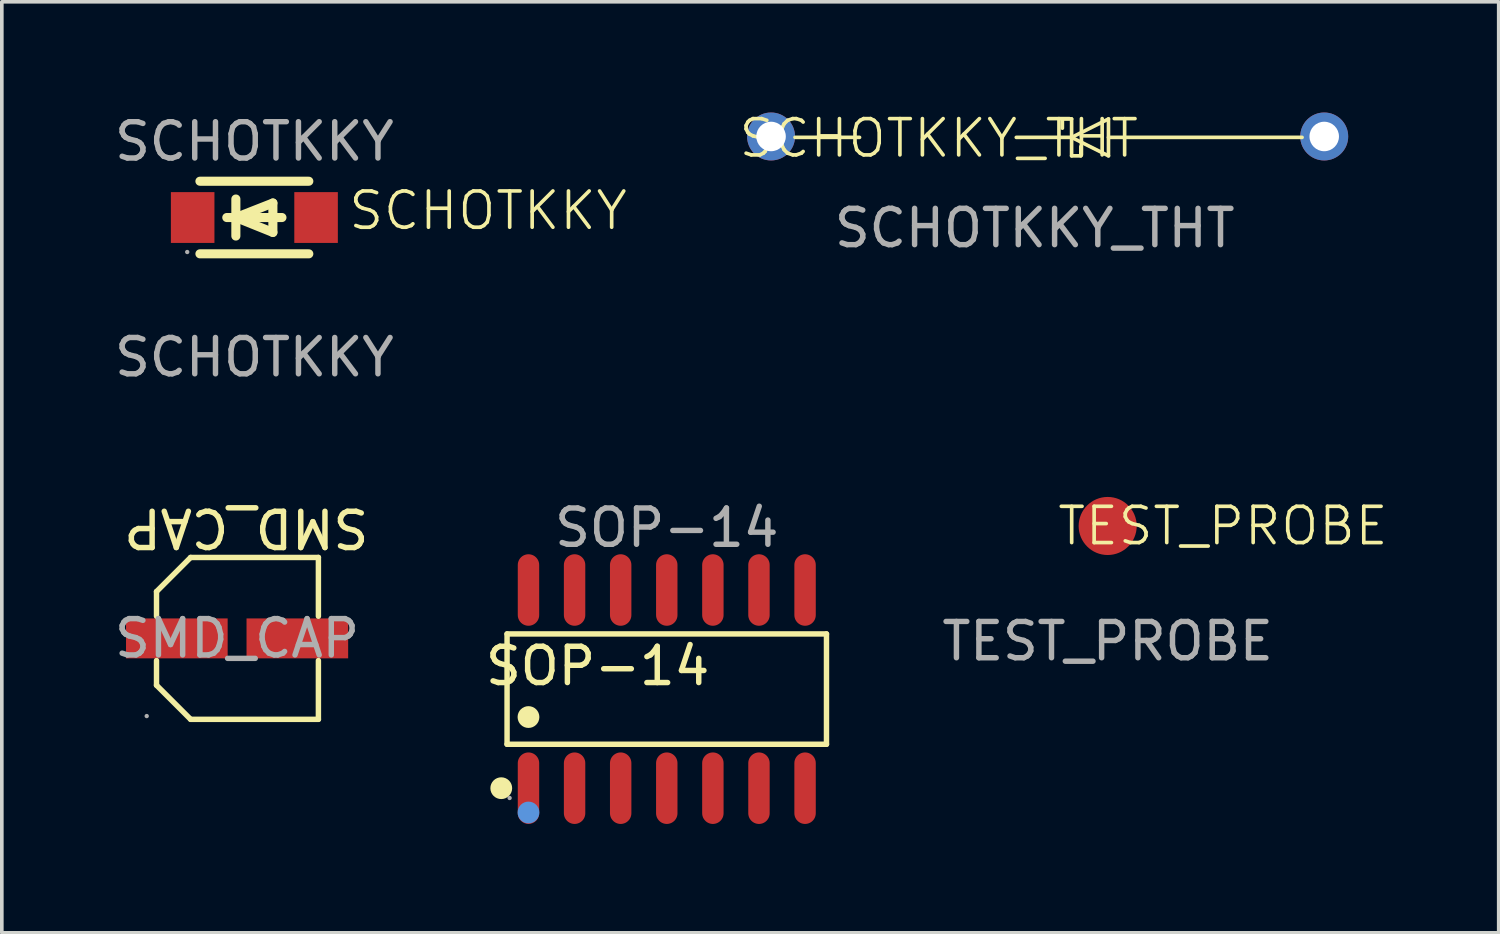
<source format=kicad_pcb>
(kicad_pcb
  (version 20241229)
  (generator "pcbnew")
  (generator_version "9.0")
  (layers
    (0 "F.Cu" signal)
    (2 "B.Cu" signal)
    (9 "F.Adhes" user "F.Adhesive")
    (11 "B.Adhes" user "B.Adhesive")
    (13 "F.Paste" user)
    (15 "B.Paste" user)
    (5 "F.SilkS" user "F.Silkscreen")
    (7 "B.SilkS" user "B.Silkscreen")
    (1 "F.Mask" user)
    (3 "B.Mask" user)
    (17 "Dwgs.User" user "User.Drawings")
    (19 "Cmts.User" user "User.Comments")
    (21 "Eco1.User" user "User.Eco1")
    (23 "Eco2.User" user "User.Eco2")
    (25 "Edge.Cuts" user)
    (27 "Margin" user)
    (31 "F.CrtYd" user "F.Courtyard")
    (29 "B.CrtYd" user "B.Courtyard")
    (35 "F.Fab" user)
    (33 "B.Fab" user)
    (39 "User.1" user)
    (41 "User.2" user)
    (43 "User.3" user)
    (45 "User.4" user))
  (footprint "SOP-14"
    (layer "F.Cu")
    (at 15.32 15.935)
    (property "Reference" "SOP-14" (at -1.905 -0.635 0) (layer "F.SilkS") (effects (font (size 1 1) (thickness 0.15))))
    (attr through_hole)
    (fp_line (start -4.4 -1.52) (end 4.4 -1.52) (stroke (width 0.15) (type solid)) (layer "F.SilkS"))
    (fp_line (start -4.4 1.52) (end -4.4 -1.52) (stroke (width 0.15) (type solid)) (layer "F.SilkS"))
    (fp_line (start 4.4 -1.52) (end 4.4 1.52) (stroke (width 0.15) (type solid)) (layer "F.SilkS"))
    (fp_line (start 4.4 1.52) (end -4.4 1.52) (stroke (width 0.15) (type solid)) (layer "F.SilkS"))
    (fp_circle (center -4.56 2.73) (end -4.41 2.73) (stroke (width 0.3) (type solid)) (fill no) (layer "F.SilkS"))
    (fp_circle (center -3.81 0.77) (end -3.66 0.77) (stroke (width 0.3) (type solid)) (fill no) (layer "F.SilkS"))
    (fp_circle (center -3.81 3.4) (end -3.66 3.4) (stroke (width 0.3) (type solid)) (fill no) (layer "Cmts.User"))
    (fp_circle (center -4.33 3) (end -4.3 3) (stroke (width 0.06) (type solid)) (fill no) (layer "F.Fab"))
    (fp_text user "${REFERENCE}" (at 0 -4.445 0) (layer "F.Fab") (effects (font (size 1 1) (thickness 0.15))))
    (pad "1" smd oval (at -3.81 2.73) (size 0.59 1.97) (layers "F.Cu" "F.Mask" "F.Paste"))
    (pad "2" smd oval (at -2.54 2.73) (size 0.59 1.97) (layers "F.Cu" "F.Mask" "F.Paste"))
    (pad "3" smd oval (at -1.27 2.73) (size 0.59 1.97) (layers "F.Cu" "F.Mask" "F.Paste"))
    (pad "4" smd oval (at 0 2.73) (size 0.59 1.97) (layers "F.Cu" "F.Mask" "F.Paste"))
    (pad "5" smd oval (at 1.27 2.73) (size 0.59 1.97) (layers "F.Cu" "F.Mask" "F.Paste"))
    (pad "6" smd oval (at 2.54 2.73) (size 0.59 1.97) (layers "F.Cu" "F.Mask" "F.Paste"))
    (pad "7" smd oval (at 3.81 2.73) (size 0.59 1.97) (layers "F.Cu" "F.Mask" "F.Paste"))
    (pad "8" smd oval (at 3.81 -2.73) (size 0.59 1.97) (layers "F.Cu" "F.Mask" "F.Paste"))
    (pad "9" smd oval (at 2.54 -2.73) (size 0.59 1.97) (layers "F.Cu" "F.Mask" "F.Paste"))
    (pad "10" smd oval (at 1.27 -2.73) (size 0.59 1.97) (layers "F.Cu" "F.Mask" "F.Paste"))
    (pad "11" smd oval (at 0 -2.73) (size 0.59 1.97) (layers "F.Cu" "F.Mask" "F.Paste"))
    (pad "12" smd oval (at -1.27 -2.73) (size 0.59 1.97) (layers "F.Cu" "F.Mask" "F.Paste"))
    (pad "13" smd oval (at -2.54 -2.73) (size 0.59 1.97) (layers "F.Cu" "F.Mask" "F.Paste"))
    (pad "14" smd oval (at -3.81 -2.73) (size 0.59 1.97) (layers "F.Cu" "F.Mask" "F.Paste")))
  (footprint "SCHOTKKY_THT"
    (layer "F.Cu")
    (at 25.457 0.735)
    (property "Reference" "SCHOTKKY_THT" (at -2.642 0.025 0) (unlocked yes) (layer "F.SilkS") (effects (font (size 1 1) (thickness 0.1))))
    (attr through_hole)
    (fp_line (start -4.826 0) (end -6.604 0) (stroke (width 0.1) (type default)) (layer "F.SilkS"))
    (fp_line (start 0.762 -0.508) (end 0.762 -0.254) (stroke (width 0.1) (type default)) (layer "F.SilkS"))
    (fp_line (start 1.016 -0.508) (end 0.762 -0.508) (stroke (width 0.1) (type default)) (layer "F.SilkS"))
    (fp_line (start 1.016 0) (end -0.508 0) (stroke (width 0.1) (type default)) (layer "F.SilkS"))
    (fp_line (start 1.016 0) (end 1.016 -0.508) (stroke (width 0.1) (type default)) (layer "F.SilkS"))
    (fp_line (start 1.016 0) (end 1.016 0.508) (stroke (width 0.1) (type default)) (layer "F.SilkS"))
    (fp_line (start 1.016 0) (end 2.032 -0.508) (stroke (width 0.1) (type default)) (layer "F.SilkS"))
    (fp_line (start 1.016 0.508) (end 1.27 0.508) (stroke (width 0.1) (type default)) (layer "F.SilkS"))
    (fp_line (start 1.27 0.508) (end 1.27 0.254) (stroke (width 0.1) (type default)) (layer "F.SilkS"))
    (fp_line (start 2.032 -0.508) (end 2.032 0.508) (stroke (width 0.1) (type default)) (layer "F.SilkS"))
    (fp_line (start 2.032 0) (end 7.366 0) (stroke (width 0.1) (type default)) (layer "F.SilkS"))
    (fp_line (start 2.032 0.508) (end 1.016 0) (stroke (width 0.1) (type default)) (layer "F.SilkS"))
    (fp_text user "${REFERENCE}" (at 0 2.5 0) (unlocked yes) (layer "F.Fab") (effects (font (size 1 1) (thickness 0.15))))
    (pad "1" thru_hole circle (at -7.264 -0.025) (size 1.321 1.321) (drill 0.813) (layers "*.Cu" "*.Mask"))
    (pad "2" thru_hole circle (at 7.976 -0.025) (size 1.321 1.321) (drill 0.813) (layers "*.Cu" "*.Mask")))
  (footprint "TEST_PROBE"
    (layer "F.Cu")
    (at 27.467 11.441)
    (property "Reference" "TEST_PROBE" (at 3.175 0 0) (unlocked yes) (layer "F.SilkS") (effects (font (size 1 1) (thickness 0.1))))
    (attr smd)
    (fp_text user "${REFERENCE}" (at 0 3.175 0) (unlocked yes) (layer "F.Fab") (effects (font (size 1 1) (thickness 0.15))))
    (pad "1" smd circle (at 0 0) (size 1.6 1.6) (layers "F.Cu" "F.Mask" "F.Paste")))
  (footprint "SCHOTKKY"
    (layer "F.Cu")
    (at 3.958 2.623)
    (property "Reference" "SCHOTKKY" (at 2.54 0.13 0) (unlocked yes) (layer "F.SilkS") (effects (font (size 1 1) (thickness 0.1)) (justify left)))
    (attr smd)
    (fp_line (start -1.5 -0.68) (end 1.5 -0.68) (stroke (width 0.25) (type solid)) (layer "F.SilkS"))
    (fp_line (start -1.5 1.32) (end 1.5 1.32) (stroke (width 0.25) (type solid)) (layer "F.SilkS"))
    (fp_line (start -0.76 0.32) (end 0.76 0.32) (stroke (width 0.25) (type solid)) (layer "F.SilkS"))
    (fp_line (start -0.51 0.32) (end 0.51 0.73) (stroke (width 0.25) (type solid)) (layer "F.SilkS"))
    (fp_line (start -0.51 0.83) (end -0.51 -0.19) (stroke (width 0.25) (type solid)) (layer "F.SilkS"))
    (fp_line (start 0.51 -0.08) (end -0.51 0.32) (stroke (width 0.25) (type solid)) (layer "F.SilkS"))
    (fp_line (start 0.51 0.73) (end 0.51 -0.08) (stroke (width 0.25) (type solid)) (layer "F.SilkS"))
    (fp_circle (center -1.85 1.27) (end -1.82 1.27) (stroke (width 0.06) (type solid)) (fill no) (layer "F.Fab"))
    (fp_text user "${REFERENCE}" (at 0 -1.775 0) (layer "F.Fab") (effects (font (size 1 1) (thickness 0.15))))
    (fp_text user "${REFERENCE}" (at 0 4.17 0) (unlocked yes) (layer "F.Fab") (effects (font (size 1 1) (thickness 0.15))))
    (pad "1" smd rect (at -1.7 0.32) (size 1.2 1.4) (layers "F.Cu" "F.Mask" "F.Paste"))
    (pad "2" smd rect (at 1.7 0.32) (size 1.2 1.4) (layers "F.Cu" "F.Mask" "F.Paste")))
  (footprint "SMD_CAP"
    (layer "F.Cu")
    (at 3.482 14.538)
    (property "Reference" "SMD_CAP" (at 0.254 -3.048 180) (unlocked yes) (layer "F.SilkS") (effects (font (size 1 1) (thickness 0.15))))
    (attr smd)
    (fp_line (start -2.22 -1.29) (end -2.22 -0.61) (stroke (width 0.15) (type solid)) (layer "F.SilkS"))
    (fp_line (start -2.22 1.29) (end -2.22 0.61) (stroke (width 0.15) (type solid)) (layer "F.SilkS"))
    (fp_line (start -1.28 -2.23) (end -2.22 -1.29) (stroke (width 0.15) (type solid)) (layer "F.SilkS"))
    (fp_line (start -1.28 2.23) (end -2.22 1.29) (stroke (width 0.15) (type solid)) (layer "F.SilkS"))
    (fp_line (start 2.24 -2.23) (end -1.28 -2.23) (stroke (width 0.15) (type solid)) (layer "F.SilkS"))
    (fp_line (start 2.24 -0.61) (end 2.24 -2.23) (stroke (width 0.15) (type solid)) (layer "F.SilkS"))
    (fp_line (start 2.24 0.61) (end 2.24 2.23) (stroke (width 0.15) (type solid)) (layer "F.SilkS"))
    (fp_line (start 2.24 2.23) (end -1.28 2.23) (stroke (width 0.15) (type solid)) (layer "F.SilkS"))
    (fp_circle (center -2.49 2.14) (end -2.46 2.14) (stroke (width 0.06) (type solid)) (fill no) (layer "F.Fab"))
    (fp_text user "${REFERENCE}" (at 0 0 0) (layer "F.Fab") (effects (font (size 1 1) (thickness 0.15))))
    (pad "1" smd rect (at -1.66 0) (size 2.8 1.1) (layers "F.Cu" "F.Mask" "F.Paste"))
    (pad "2" smd rect (at 1.66 0) (size 2.8 1.1) (layers "F.Cu" "F.Mask" "F.Paste")))
  (gr_rect
    (start -3 -3)
    (end 38.24 22.65)
    (stroke (width 0.1) (type default))
    (fill no)
    (layer "Edge.Cuts")))
</source>
